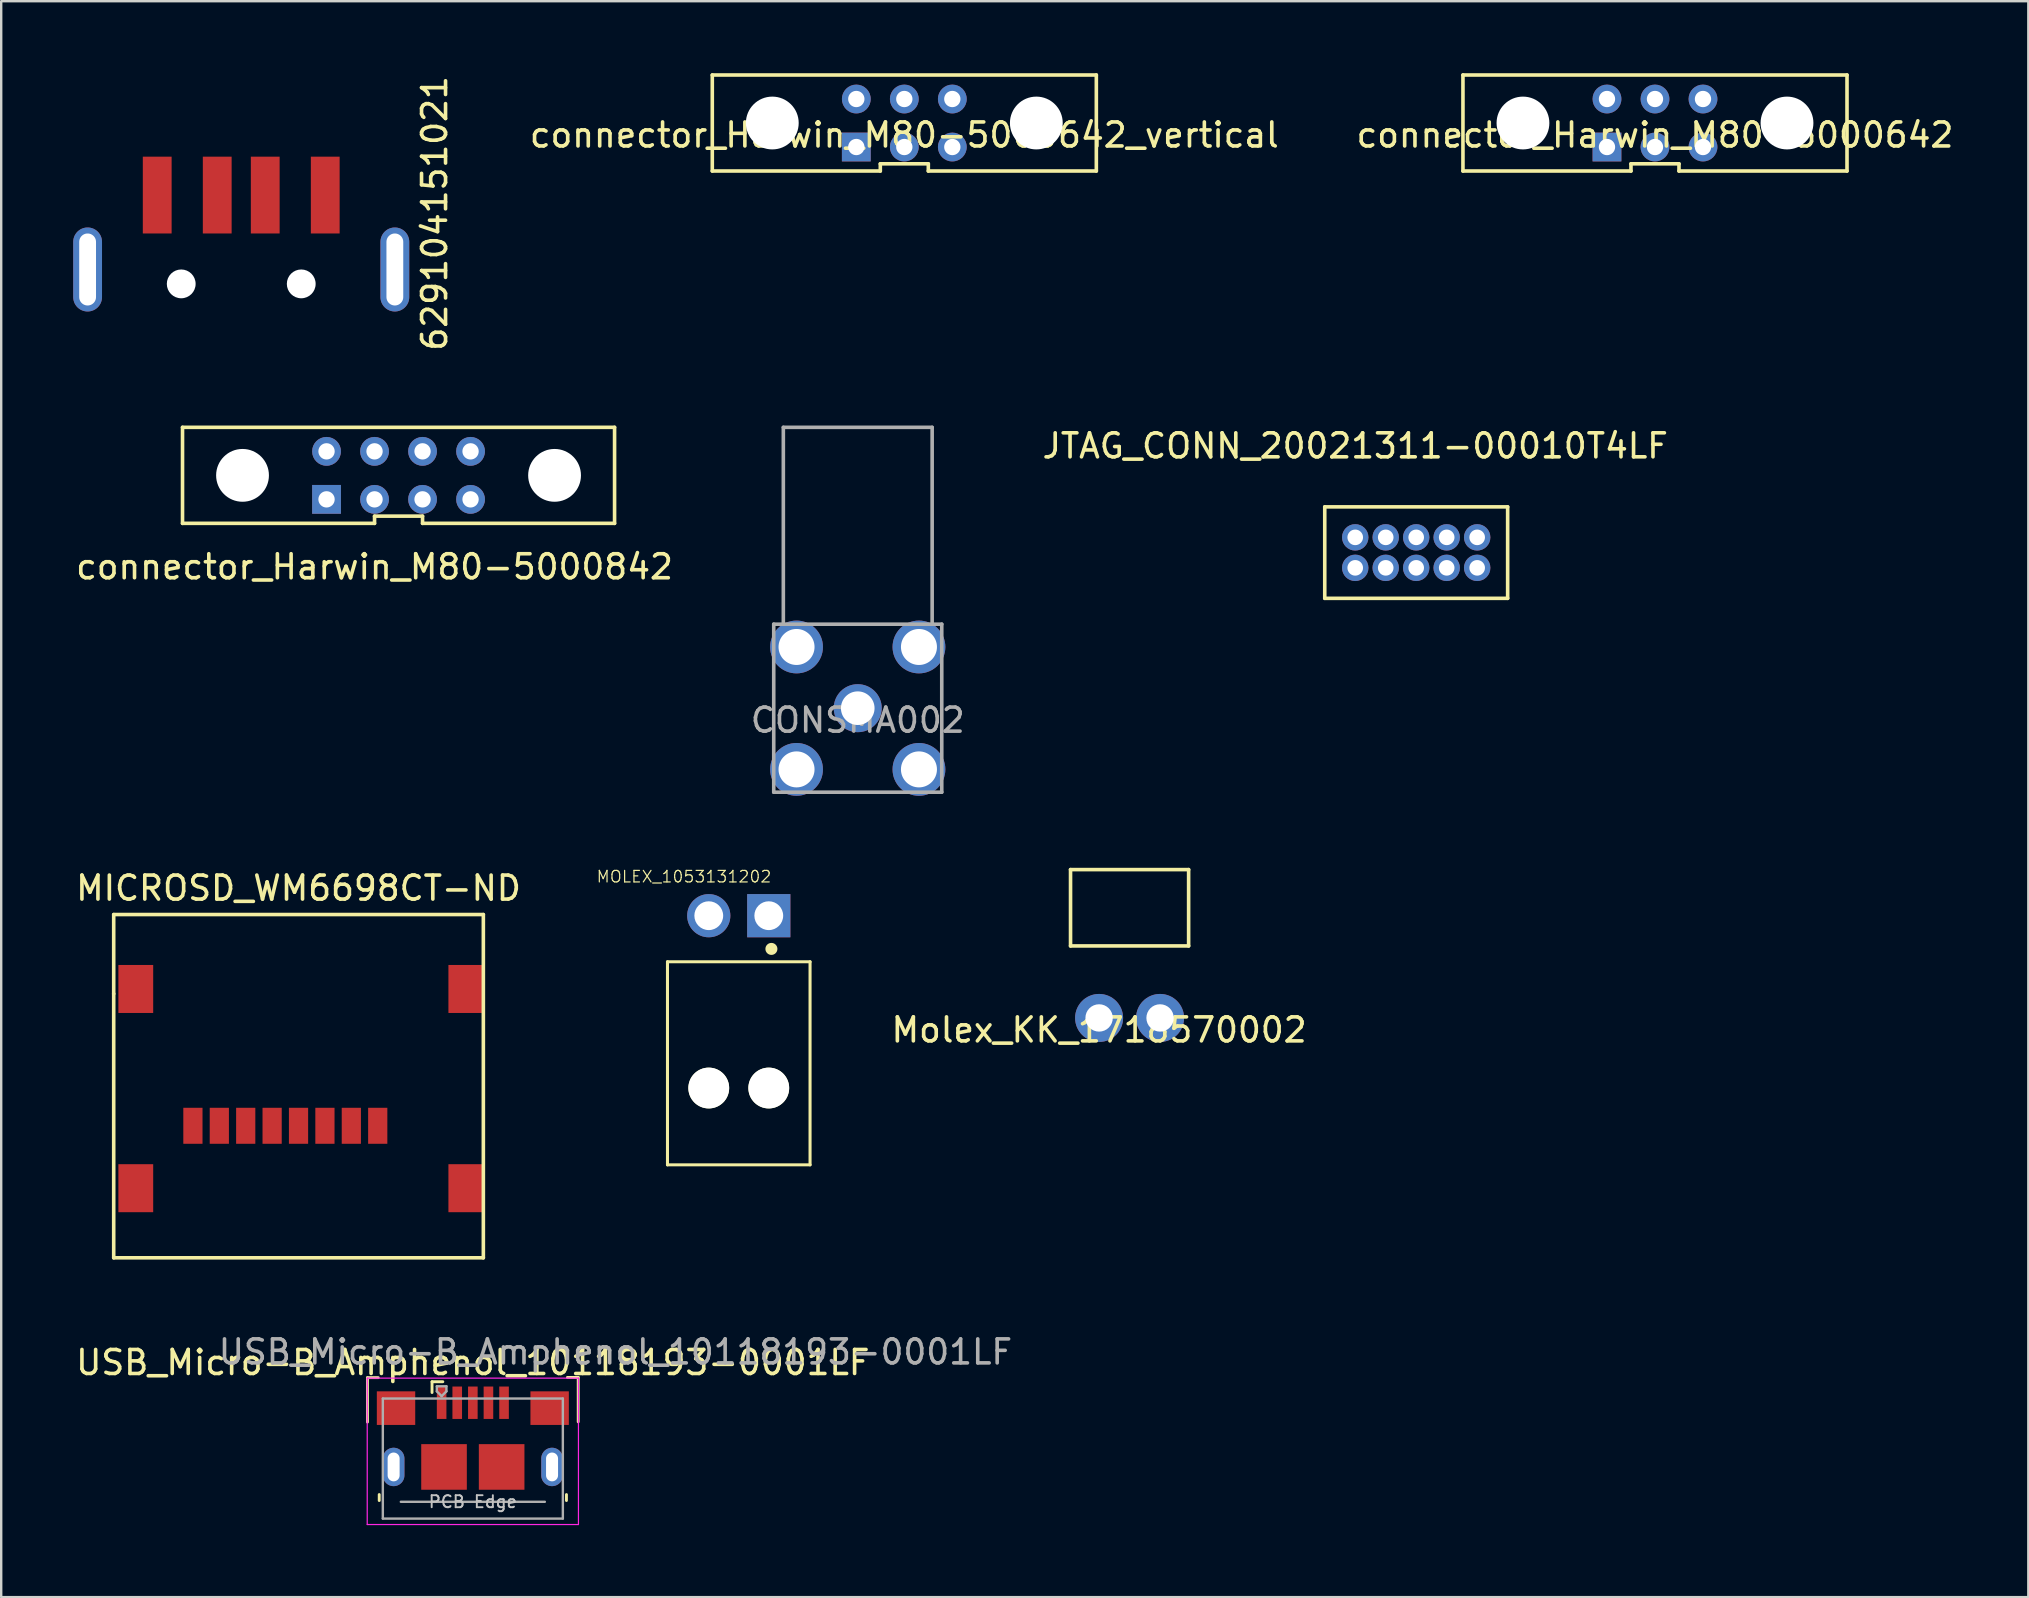
<source format=kicad_pcb>
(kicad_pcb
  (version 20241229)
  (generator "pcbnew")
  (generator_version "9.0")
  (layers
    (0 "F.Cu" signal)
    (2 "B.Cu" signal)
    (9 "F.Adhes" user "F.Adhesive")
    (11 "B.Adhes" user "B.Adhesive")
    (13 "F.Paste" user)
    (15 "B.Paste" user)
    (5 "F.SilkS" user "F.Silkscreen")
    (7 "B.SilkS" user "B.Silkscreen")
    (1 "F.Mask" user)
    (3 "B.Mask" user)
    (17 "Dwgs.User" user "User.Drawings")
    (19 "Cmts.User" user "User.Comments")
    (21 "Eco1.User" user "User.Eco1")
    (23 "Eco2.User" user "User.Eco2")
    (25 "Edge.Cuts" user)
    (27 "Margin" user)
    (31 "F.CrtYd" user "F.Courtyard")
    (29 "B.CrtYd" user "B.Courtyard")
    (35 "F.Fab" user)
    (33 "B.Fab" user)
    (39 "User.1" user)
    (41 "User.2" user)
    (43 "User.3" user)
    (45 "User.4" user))
  (footprint "connector_Harwin_M80-5000642_vertical"
    (layer "F.Cu")
    (at 34.625 2.075)
    (property "Reference" "connector_Harwin_M80-5000642_vertical" (at 0 0.5 0) (layer "F.SilkS") (effects (font (size 1 1) (thickness 0.15))))
    (attr through_hole)
    (fp_line (start -8 -2) (end -8 2) (stroke (width 0.15) (type solid)) (layer "F.SilkS"))
    (fp_line (start -8 2) (end -1 2) (stroke (width 0.15) (type solid)) (layer "F.SilkS"))
    (fp_line (start -1 1.7) (end 1 1.7) (stroke (width 0.15) (type solid)) (layer "F.SilkS"))
    (fp_line (start -1 2) (end -1 1.7) (stroke (width 0.15) (type solid)) (layer "F.SilkS"))
    (fp_line (start 1 1.7) (end 1 2) (stroke (width 0.15) (type solid)) (layer "F.SilkS"))
    (fp_line (start 1 2) (end 8 2) (stroke (width 0.15) (type solid)) (layer "F.SilkS"))
    (fp_line (start 8 -2) (end -8 -2) (stroke (width 0.15) (type solid)) (layer "F.SilkS"))
    (fp_line (start 8 2) (end 8 -2) (stroke (width 0.15) (type solid)) (layer "F.SilkS"))
    (pad "" np_thru_hole circle (at -5.5 0) (size 2.2 2.2) (drill 2.2) (layers "*.Cu" "*.Mask"))
    (pad "" np_thru_hole circle (at 5.5 0) (size 2.2 2.2) (drill 2.2) (layers "*.Cu" "*.Mask"))
    (pad "1" thru_hole rect (at -2 1) (size 1.2 1.2) (drill 0.68) (layers "*.Cu" "*.Mask"))
    (pad "2" thru_hole circle (at 0 1) (size 1.2 1.2) (drill 0.68) (layers "*.Cu" "*.Mask"))
    (pad "3" thru_hole circle (at 2 1) (size 1.2 1.2) (drill 0.68) (layers "*.Cu" "*.Mask"))
    (pad "4" thru_hole circle (at -2 -1) (size 1.2 1.2) (drill 0.68) (layers "*.Cu" "*.Mask"))
    (pad "5" thru_hole circle (at 0 -1) (size 1.2 1.2) (drill 0.68) (layers "*.Cu" "*.Mask"))
    (pad "6" thru_hole circle (at 2 -1) (size 1.2 1.2) (drill 0.68) (layers "*.Cu" "*.Mask")))
  (footprint "MICROSD_WM6698CT-ND"
    (layer "F.Cu")
    (at 4.987 43.852)
    (property "Reference" "MICROSD_WM6698CT-ND" (at 4.4 -9.9 0) (layer "F.SilkS") (effects (font (size 1 1) (thickness 0.15))))
    (attr through_hole)
    (fp_line (start -3.3 -8.8) (end -3.3 -5.5) (stroke (width 0.15) (type solid)) (layer "F.SilkS"))
    (fp_line (start -3.3 -5.5) (end -3.3 5.5) (stroke (width 0.15) (type solid)) (layer "F.SilkS"))
    (fp_line (start -3.3 5.5) (end 12.1 5.5) (stroke (width 0.15) (type solid)) (layer "F.SilkS"))
    (fp_line (start 12.1 -8.8) (end -3.3 -8.8) (stroke (width 0.15) (type solid)) (layer "F.SilkS"))
    (fp_line (start 12.1 5.5) (end 12.1 -8.8) (stroke (width 0.15) (type solid)) (layer "F.SilkS"))
    (pad "1" smd rect (at 0 0) (size 0.8 1.5) (layers "F.Cu" "F.Mask" "F.Paste"))
    (pad "2" smd rect (at 1.1 0) (size 0.8 1.5) (layers "F.Cu" "F.Mask" "F.Paste"))
    (pad "3" smd rect (at 2.2 0) (size 0.8 1.5) (layers "F.Cu" "F.Mask" "F.Paste"))
    (pad "4" smd rect (at 3.3 0) (size 0.8 1.5) (layers "F.Cu" "F.Mask" "F.Paste"))
    (pad "5" smd rect (at 4.4 0) (size 0.8 1.5) (layers "F.Cu" "F.Mask" "F.Paste"))
    (pad "6" smd rect (at 5.5 0) (size 0.8 1.5) (layers "F.Cu" "F.Mask" "F.Paste"))
    (pad "7" smd rect (at 6.6 0) (size 0.8 1.5) (layers "F.Cu" "F.Mask" "F.Paste"))
    (pad "8" smd rect (at 7.7 0) (size 0.8 1.5) (layers "F.Cu" "F.Mask" "F.Paste"))
    (pad "G1" smd rect (at 11.37 2.6) (size 1.45 2) (layers "F.Cu" "F.Mask" "F.Paste"))
    (pad "G2" smd rect (at 11.37 -5.7) (size 1.45 2) (layers "F.Cu" "F.Mask" "F.Paste"))
    (pad "G3" smd rect (at -2.38 -5.7) (size 1.45 2) (layers "F.Cu" "F.Mask" "F.Paste"))
    (pad "G4" smd rect (at -2.38 2.6) (size 1.45 2) (layers "F.Cu" "F.Mask" "F.Paste")))
  (footprint "629104151021"
    (layer "F.Cu")
    (at 3.5 5.077)
    (property "Reference" "629104151021" (at 11.557 0.762 90) (layer "F.SilkS") (effects (font (size 1 1) (thickness 0.15))))
    (attr through_hole)
    (pad "" np_thru_hole circle (at 1 3.7) (size 1.2 1.2) (drill 1.2) (layers "*.Cu" "*.Mask"))
    (pad "" np_thru_hole circle (at 6 3.7) (size 1.2 1.2) (drill 1.2) (layers "*.Cu" "*.Mask"))
    (pad "1" smd rect (at 0 0) (size 1.2 3.2) (layers "F.Cu" "F.Mask" "F.Paste"))
    (pad "2" smd rect (at 2.5 0) (size 1.2 3.2) (layers "F.Cu" "F.Mask" "F.Paste"))
    (pad "3" smd rect (at 4.5 0) (size 1.2 3.2) (layers "F.Cu" "F.Mask" "F.Paste"))
    (pad "4" smd rect (at 7 0) (size 1.2 3.2) (layers "F.Cu" "F.Mask" "F.Paste"))
    (pad "5" thru_hole oval (at -2.9 3.1) (size 1.2 3.5) (drill oval 0.7 3) (layers "*.Cu" "*.Mask"))
    (pad "5" thru_hole oval (at 9.9 3.1) (size 1.2 3.5) (drill oval 0.7 3) (layers "*.Cu" "*.Mask")))
  (footprint "JTAG_CONN_20021311-00010T4LF"
    (layer "F.Cu")
    (at 53.411 19.337)
    (property "Reference" "JTAG_CONN_20021311-00010T4LF" (at 0 -3.81 0) (layer "F.SilkS") (effects (font (size 1 1) (thickness 0.15))))
    (attr through_hole)
    (fp_line (start -1.27 -1.27) (end 6.35 -1.27) (stroke (width 0.15) (type solid)) (layer "F.SilkS"))
    (fp_line (start -1.27 2.54) (end -1.27 -1.27) (stroke (width 0.15) (type solid)) (layer "F.SilkS"))
    (fp_line (start 6.35 -1.27) (end 6.35 2.54) (stroke (width 0.15) (type solid)) (layer "F.SilkS"))
    (fp_line (start 6.35 2.54) (end -1.27 2.54) (stroke (width 0.15) (type solid)) (layer "F.SilkS"))
    (pad "1" thru_hole circle (at 0 0) (size 1.1 1.1) (drill 0.65) (layers "*.Cu" "*.Mask"))
    (pad "2" thru_hole circle (at 1.27 0) (size 1.1 1.1) (drill 0.65) (layers "*.Cu" "*.Mask"))
    (pad "3" thru_hole circle (at 2.54 0) (size 1.1 1.1) (drill 0.65) (layers "*.Cu" "*.Mask"))
    (pad "4" thru_hole circle (at 3.81 0) (size 1.1 1.1) (drill 0.65) (layers "*.Cu" "*.Mask"))
    (pad "5" thru_hole circle (at 5.08 0) (size 1.1 1.1) (drill 0.65) (layers "*.Cu" "*.Mask"))
    (pad "6" thru_hole circle (at 0 1.27) (size 1.1 1.1) (drill 0.65) (layers "*.Cu" "*.Mask"))
    (pad "7" thru_hole circle (at 1.27 1.27) (size 1.1 1.1) (drill 0.65) (layers "*.Cu" "*.Mask"))
    (pad "8" thru_hole circle (at 2.54 1.27) (size 1.1 1.1) (drill 0.65) (layers "*.Cu" "*.Mask"))
    (pad "9" thru_hole circle (at 3.81 1.27) (size 1.1 1.1) (drill 0.65) (layers "*.Cu" "*.Mask"))
    (pad "10" thru_hole circle (at 5.08 1.27) (size 1.1 1.1) (drill 0.65) (layers "*.Cu" "*.Mask")))
  (footprint "CONSMA002"
    (layer "F.Cu")
    (at 32.685 26.454)
    (property "Reference" "CONSMA002" (at 0 0.5 0) (layer "F.Fab") (effects (font (size 1 1) (thickness 0.15))))
    (attr through_hole)
    (fp_line (start -3.5 -3.5) (end 3.5 -3.5) (stroke (width 0.15) (type solid)) (layer "F.Fab"))
    (fp_line (start -3.5 3.5) (end -3.5 -3.5) (stroke (width 0.15) (type solid)) (layer "F.Fab"))
    (fp_line (start -3.1 -11.7) (end 3.1 -11.7) (stroke (width 0.15) (type solid)) (layer "F.Fab"))
    (fp_line (start -3.1 -3.5) (end -3.1 -11.7) (stroke (width 0.15) (type solid)) (layer "F.Fab"))
    (fp_line (start 3.1 -11.7) (end 3.1 -3.5) (stroke (width 0.15) (type solid)) (layer "F.Fab"))
    (fp_line (start 3.5 -3.5) (end 3.5 3.5) (stroke (width 0.15) (type solid)) (layer "F.Fab"))
    (fp_line (start 3.5 3.5) (end -3.5 3.5) (stroke (width 0.15) (type solid)) (layer "F.Fab"))
    (pad "1" thru_hole circle (at 0 0) (size 2 2) (drill 1.4) (layers "*.Cu" "*.Mask"))
    (pad "2" thru_hole circle (at -2.55 -2.55) (size 2.2 2.2) (drill 1.5) (layers "*.Cu" "*.Mask"))
    (pad "2" thru_hole circle (at -2.55 2.55) (size 2.2 2.2) (drill 1.5) (layers "*.Cu" "*.Mask"))
    (pad "2" thru_hole circle (at 2.55 -2.55) (size 2.2 2.2) (drill 1.5) (layers "*.Cu" "*.Mask"))
    (pad "2" thru_hole circle (at 2.55 2.55) (size 2.2 2.2) (drill 1.5) (layers "*.Cu" "*.Mask")))
  (footprint "USB_Micro-B_Amphenol_10118193-0001LF"
    (layer "F.Cu")
    (at 16.649 57.715)
    (property "Reference" "USB_Micro-B_Amphenol_10118193-0001LF" (at 0 -4 0) (layer "F.SilkS") (effects (font (size 1 1) (thickness 0.15))))
    (attr smd)
    (fp_line (start -4.39 -3.37) (end -3.94 -3.37) (stroke (width 0.12) (type solid)) (layer "F.SilkS"))
    (fp_line (start -4.39 -1.52) (end -4.39 -3.37) (stroke (width 0.12) (type solid)) (layer "F.SilkS"))
    (fp_line (start -3.9 1.75) (end -3.9 1.5) (stroke (width 0.12) (type solid)) (layer "F.SilkS"))
    (fp_line (start -1.7 -3.2) (end -1.7 -2.75) (stroke (width 0.12) (type solid)) (layer "F.SilkS"))
    (fp_line (start -1.7 -3.2) (end -1.25 -3.2) (stroke (width 0.12) (type solid)) (layer "F.SilkS"))
    (fp_line (start 3.9 1.75) (end 3.9 1.5) (stroke (width 0.12) (type solid)) (layer "F.SilkS"))
    (fp_line (start 4.39 -3.38) (end 3.94 -3.38) (stroke (width 0.12) (type solid)) (layer "F.SilkS"))
    (fp_line (start 4.39 -1.53) (end 4.39 -3.38) (stroke (width 0.12) (type solid)) (layer "F.SilkS"))
    (fp_line (start -4.4 -3.35) (end 4.4 -3.35) (stroke (width 0.05) (type solid)) (layer "F.CrtYd"))
    (fp_line (start -4.4 2.75) (end -4.4 -3.35) (stroke (width 0.05) (type solid)) (layer "F.CrtYd"))
    (fp_line (start -4.4 2.75) (end 4.4 2.75) (stroke (width 0.05) (type solid)) (layer "F.CrtYd"))
    (fp_line (start 4.4 -3.35) (end 4.4 2.75) (stroke (width 0.05) (type solid)) (layer "F.CrtYd"))
    (fp_line (start -3.75 -2.5) (end 3.75 -2.5) (stroke (width 0.1) (type solid)) (layer "F.Fab"))
    (fp_line (start -3.75 2.5) (end -3.75 -2.5) (stroke (width 0.1) (type solid)) (layer "F.Fab"))
    (fp_line (start -3.75 2.502) (end 3.75 2.502) (stroke (width 0.1) (type solid)) (layer "F.Fab"))
    (fp_line (start -3 1.802) (end 3 1.802) (stroke (width 0.1) (type solid)) (layer "F.Fab"))
    (fp_line (start -1.5 -3.01) (end -1.5 -2.8) (stroke (width 0.1) (type solid)) (layer "F.Fab"))
    (fp_line (start -1.5 -3.01) (end -1.1 -3.01) (stroke (width 0.1) (type solid)) (layer "F.Fab"))
    (fp_line (start -1.3 -2.6) (end -1.5 -2.8) (stroke (width 0.1) (type solid)) (layer "F.Fab"))
    (fp_line (start -1.1 -3.01) (end -1.1 -2.8) (stroke (width 0.1) (type solid)) (layer "F.Fab"))
    (fp_line (start -1.1 -2.8) (end -1.3 -2.6) (stroke (width 0.1) (type solid)) (layer "F.Fab"))
    (fp_line (start 3.75 2.5) (end 3.75 -2.5) (stroke (width 0.1) (type solid)) (layer "F.Fab"))
    (fp_text user "PCB Edge" (at 0 1.8 0) (layer "Dwgs.User") (effects (font (size 0.5 0.5) (thickness 0.08))))
    (fp_text user "${REFERENCE}" (at 5.94 -4.44 0) (layer "F.Fab") (effects (font (size 1 1) (thickness 0.15))))
    (pad "1" smd rect (at -1.3 -2.325) (size 0.4 1.35) (layers "F.Cu" "F.Mask" "F.Paste"))
    (pad "2" smd rect (at -0.65 -2.325) (size 0.4 1.35) (layers "F.Cu" "F.Mask" "F.Paste"))
    (pad "3" smd rect (at 0 -2.325) (size 0.4 1.35) (layers "F.Cu" "F.Mask" "F.Paste"))
    (pad "4" smd rect (at 0.65 -2.325) (size 0.4 1.35) (layers "F.Cu" "F.Mask" "F.Paste"))
    (pad "5" smd rect (at 1.3 -2.325) (size 0.4 1.35) (layers "F.Cu" "F.Mask" "F.Paste"))
    (pad "6" thru_hole oval (at -3.3 0.35 180) (size 0.9 1.6) (drill oval 0.5 1.2) (layers "*.Cu" "*.Mask"))
    (pad "6" smd rect (at -3.2 -2.1) (size 1.6 1.4) (layers "F.Cu" "F.Mask" "F.Paste"))
    (pad "6" smd rect (at -1.2 0.35) (size 1.9 1.9) (layers "F.Cu" "F.Mask" "F.Paste"))
    (pad "6" smd rect (at 1.2 0.35) (size 1.9 1.9) (layers "F.Cu" "F.Mask" "F.Paste"))
    (pad "6" smd rect (at 3.2 -2.1) (size 1.6 1.4) (layers "F.Cu" "F.Mask" "F.Paste"))
    (pad "6" thru_hole oval (at 3.3 0.35) (size 0.9 1.6) (drill oval 0.5 1.2) (layers "*.Cu" "*.Mask")))
  (footprint "connector_Harwin_M80-5000642"
    (layer "F.Cu")
    (at 65.899 2.075)
    (property "Reference" "connector_Harwin_M80-5000642" (at 0 0.5 0) (layer "F.SilkS") (effects (font (size 1 1) (thickness 0.15))))
    (attr through_hole)
    (fp_line (start -8 -2) (end -8 2) (stroke (width 0.15) (type solid)) (layer "F.SilkS"))
    (fp_line (start -8 2) (end -1 2) (stroke (width 0.15) (type solid)) (layer "F.SilkS"))
    (fp_line (start -1 1.7) (end 1 1.7) (stroke (width 0.15) (type solid)) (layer "F.SilkS"))
    (fp_line (start -1 2) (end -1 1.7) (stroke (width 0.15) (type solid)) (layer "F.SilkS"))
    (fp_line (start 1 1.7) (end 1 2) (stroke (width 0.15) (type solid)) (layer "F.SilkS"))
    (fp_line (start 1 2) (end 8 2) (stroke (width 0.15) (type solid)) (layer "F.SilkS"))
    (fp_line (start 8 -2) (end -8 -2) (stroke (width 0.15) (type solid)) (layer "F.SilkS"))
    (fp_line (start 8 2) (end 8 -2) (stroke (width 0.15) (type solid)) (layer "F.SilkS"))
    (pad "" np_thru_hole circle (at -5.5 0) (size 2.2 2.2) (drill 2.2) (layers "*.Cu" "*.Mask"))
    (pad "" np_thru_hole circle (at 5.5 0) (size 2.2 2.2) (drill 2.2) (layers "*.Cu" "*.Mask"))
    (pad "1" thru_hole rect (at -2 1) (size 1.2 1.2) (drill 0.68) (layers "*.Cu" "*.Mask"))
    (pad "2" thru_hole circle (at 0 1) (size 1.2 1.2) (drill 0.68) (layers "*.Cu" "*.Mask"))
    (pad "3" thru_hole circle (at 2 1) (size 1.2 1.2) (drill 0.68) (layers "*.Cu" "*.Mask"))
    (pad "4" thru_hole circle (at -2 -1) (size 1.2 1.2) (drill 0.68) (layers "*.Cu" "*.Mask"))
    (pad "5" thru_hole circle (at 0 -1) (size 1.2 1.2) (drill 0.68) (layers "*.Cu" "*.Mask"))
    (pad "6" thru_hole circle (at 2 -1) (size 1.2 1.2) (drill 0.68) (layers "*.Cu" "*.Mask")))
  (footprint "connector_Harwin_M80-5000842"
    (layer "F.Cu")
    (at 12.554 16.754)
    (property "Reference" "connector_Harwin_M80-5000842" (at 0 3.81 0) (layer "F.SilkS") (effects (font (size 1 1) (thickness 0.15))))
    (attr through_hole)
    (fp_line (start -8 -2) (end -8 2) (stroke (width 0.15) (type solid)) (layer "F.SilkS"))
    (fp_line (start -8 2) (end 0 2) (stroke (width 0.15) (type solid)) (layer "F.SilkS"))
    (fp_line (start 0 1.7) (end 2 1.7) (stroke (width 0.15) (type solid)) (layer "F.SilkS"))
    (fp_line (start 0 2) (end 0 1.7) (stroke (width 0.15) (type solid)) (layer "F.SilkS"))
    (fp_line (start 2 1.7) (end 2 2) (stroke (width 0.15) (type solid)) (layer "F.SilkS"))
    (fp_line (start 2 2) (end 10 2) (stroke (width 0.15) (type solid)) (layer "F.SilkS"))
    (fp_line (start 10 -2) (end -8 -2) (stroke (width 0.15) (type solid)) (layer "F.SilkS"))
    (fp_line (start 10 2) (end 10 -2) (stroke (width 0.15) (type solid)) (layer "F.SilkS"))
    (pad "" np_thru_hole circle (at -5.5 0) (size 2.2 2.2) (drill 2.2) (layers "*.Cu" "*.Mask"))
    (pad "" np_thru_hole circle (at 7.5 0) (size 2.2 2.2) (drill 2.2) (layers "*.Cu" "*.Mask"))
    (pad "1" thru_hole rect (at -2 1) (size 1.2 1.2) (drill 0.68) (layers "*.Cu" "*.Mask"))
    (pad "2" thru_hole circle (at 0 1) (size 1.2 1.2) (drill 0.68) (layers "*.Cu" "*.Mask"))
    (pad "3" thru_hole circle (at 2 1) (size 1.2 1.2) (drill 0.68) (layers "*.Cu" "*.Mask"))
    (pad "4" thru_hole circle (at 4 1) (size 1.2 1.2) (drill 0.68) (layers "*.Cu" "*.Mask"))
    (pad "5" thru_hole circle (at -2 -1) (size 1.2 1.2) (drill 0.68) (layers "*.Cu" "*.Mask"))
    (pad "6" thru_hole circle (at 0 -1) (size 1.2 1.2) (drill 0.68) (layers "*.Cu" "*.Mask"))
    (pad "7" thru_hole circle (at 2 -1) (size 1.2 1.2) (drill 0.68) (layers "*.Cu" "*.Mask"))
    (pad "8" thru_hole circle (at 4 -1) (size 1.2 1.2) (drill 0.68) (layers "*.Cu" "*.Mask")))
  (footprint "Molex_KK_1718570002"
    (layer "F.Cu")
    (at 42.74 39.359)
    (property "Reference" "Molex_KK_1718570002" (at 0 0.5 0) (layer "F.SilkS") (effects (font (size 1 1) (thickness 0.15))))
    (attr through_hole)
    (fp_line (start -1.19 -6.18) (end 3.73 -6.18) (stroke (width 0.15) (type solid)) (layer "F.SilkS"))
    (fp_line (start -1.19 -3) (end -1.19 -6.18) (stroke (width 0.15) (type solid)) (layer "F.SilkS"))
    (fp_line (start -1.19 -3) (end 3.73 -3) (stroke (width 0.15) (type solid)) (layer "F.SilkS"))
    (fp_line (start 3.73 -3) (end 3.73 -6.18) (stroke (width 0.15) (type solid)) (layer "F.SilkS"))
    (pad "1" thru_hole circle (at 0 0) (size 2 2) (drill 1.14) (layers "*.Cu" "*.Mask"))
    (pad "2" thru_hole circle (at 2.54 0) (size 2 2) (drill 1.14) (layers "*.Cu" "*.Mask")))
  (footprint "MOLEX_1053131202"
    (layer "F.Cu")
    (at 28.978 35.099)
    (property "Reference" "MOLEX_1053131202" (at -3.532 -1.627 0) (layer "F.SilkS") (effects (font (size 0.481 0.481) (thickness 0.05))))
    (attr through_hole)
    (fp_line (start -4.22 1.92) (end 1.72 1.92) (stroke (width 0.127) (type solid)) (layer "F.SilkS"))
    (fp_line (start -4.22 10.38) (end -4.22 1.92) (stroke (width 0.127) (type solid)) (layer "F.SilkS"))
    (fp_line (start 1.72 1.92) (end 1.72 10.38) (stroke (width 0.127) (type solid)) (layer "F.SilkS"))
    (fp_line (start 1.72 10.38) (end -4.22 10.38) (stroke (width 0.127) (type solid)) (layer "F.SilkS"))
    (fp_circle (center 0.11 1.384) (end 0.36 1.384) (stroke (width 0) (type solid)) (fill yes) (layer "F.SilkS"))
    (fp_line (start -4.47 -1.266) (end 1.97 -1.266) (stroke (width 0.05) (type solid)) (layer "Eco1.User"))
    (fp_line (start -4.47 10.63) (end -4.47 -1.266) (stroke (width 0.05) (type solid)) (layer "Eco1.User"))
    (fp_line (start 1.97 -1.266) (end 1.97 10.63) (stroke (width 0.05) (type solid)) (layer "Eco1.User"))
    (fp_line (start 1.97 10.63) (end -4.47 10.63) (stroke (width 0.05) (type solid)) (layer "Eco1.User"))
    (pad "" np_thru_hole circle (at -2.5 7.18) (size 1.7 1.7) (drill 1.7) (layers "*.Cu" "*.Mask" "F.SilkS"))
    (pad "" np_thru_hole circle (at 0 7.18) (size 1.7 1.7) (drill 1.7) (layers "*.Cu" "*.Mask" "F.SilkS"))
    (pad "1" thru_hole rect (at 0 0) (size 1.8 1.8) (drill 1.2) (layers "*.Cu" "*.Mask"))
    (pad "2" thru_hole circle (at -2.5 0) (size 1.8 1.8) (drill 1.2) (layers "*.Cu" "*.Mask")))
  (gr_rect
    (start -3 -3)
    (end 81.453 63.49)
    (stroke (width 0.1) (type default))
    (fill no)
    (layer "Edge.Cuts")))
</source>
